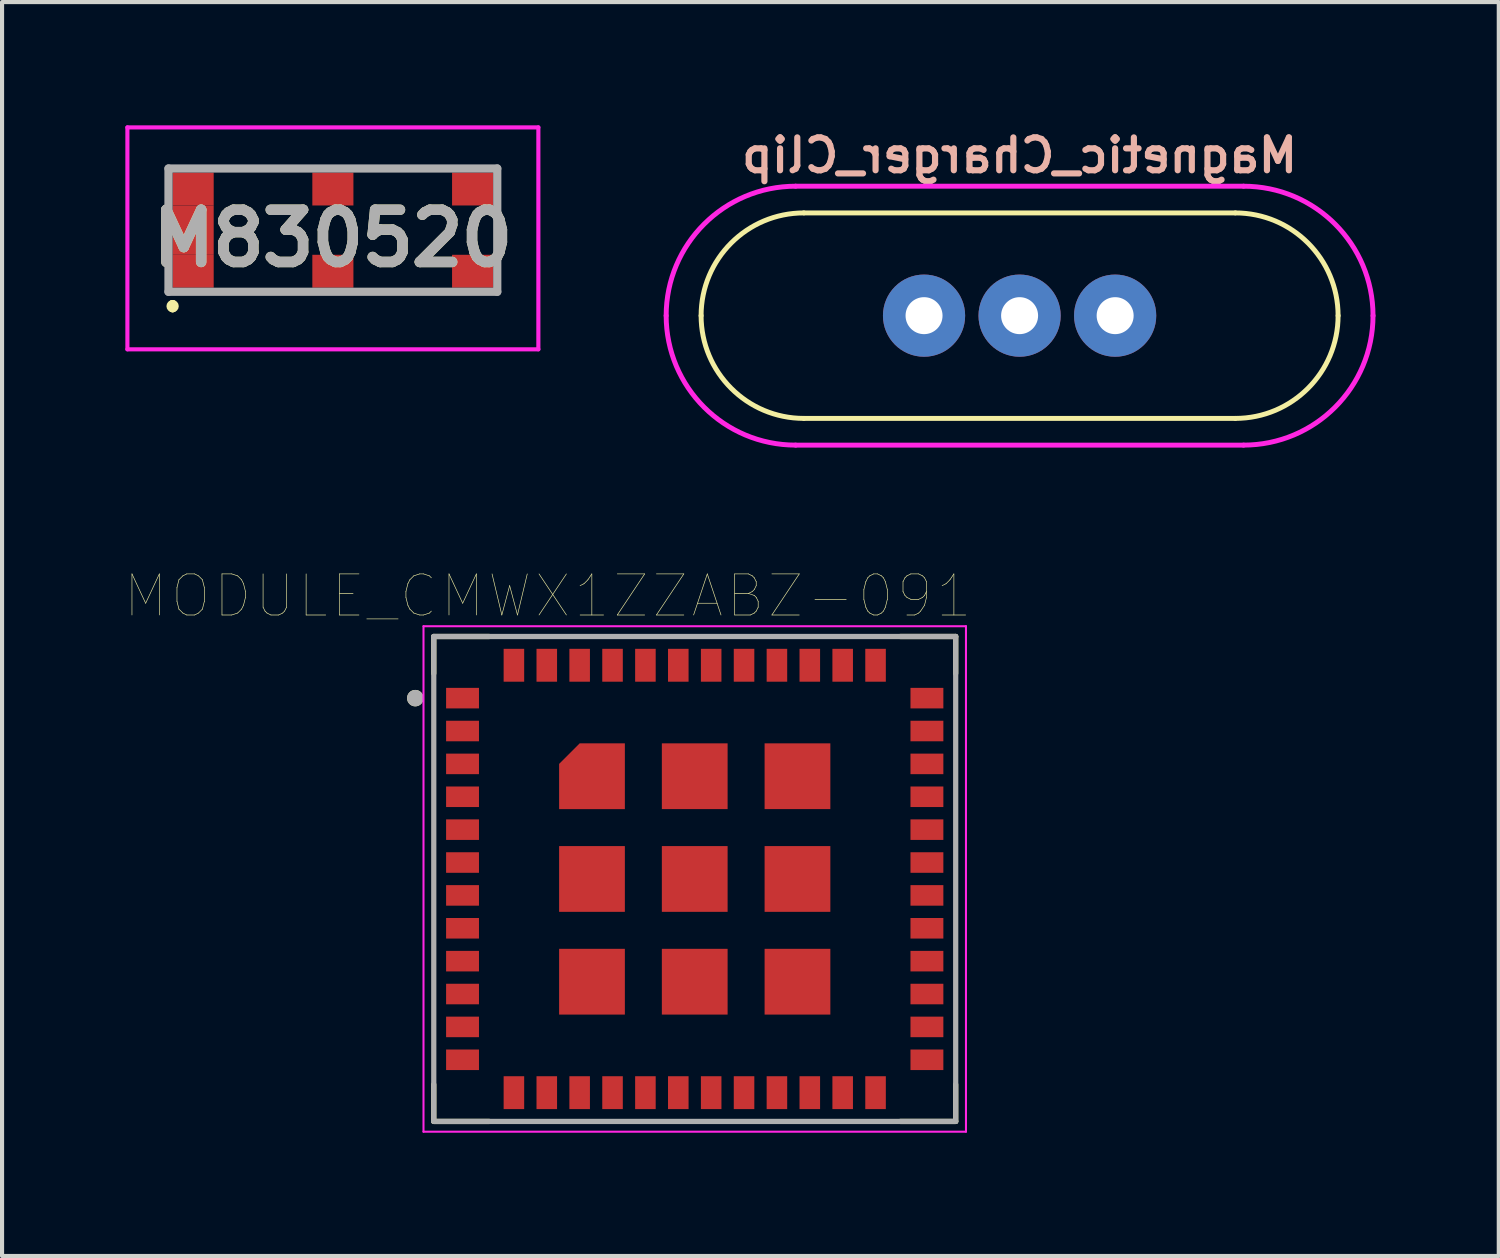
<source format=kicad_pcb>
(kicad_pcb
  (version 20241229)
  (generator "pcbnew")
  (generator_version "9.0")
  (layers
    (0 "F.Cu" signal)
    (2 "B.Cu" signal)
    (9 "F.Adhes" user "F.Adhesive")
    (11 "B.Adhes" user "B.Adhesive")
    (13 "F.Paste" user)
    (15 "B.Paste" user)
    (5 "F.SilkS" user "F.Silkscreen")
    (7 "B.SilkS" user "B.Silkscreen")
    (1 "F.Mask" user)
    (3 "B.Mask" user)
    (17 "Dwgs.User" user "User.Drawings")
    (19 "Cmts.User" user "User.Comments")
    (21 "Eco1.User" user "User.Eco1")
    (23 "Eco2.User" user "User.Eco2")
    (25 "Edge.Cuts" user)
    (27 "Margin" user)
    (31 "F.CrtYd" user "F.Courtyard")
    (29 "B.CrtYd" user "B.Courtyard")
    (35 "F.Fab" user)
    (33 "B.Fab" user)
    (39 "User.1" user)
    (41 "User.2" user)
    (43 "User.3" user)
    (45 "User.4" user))
  (footprint "MODULE_CMWX1ZZABZ-091"
    (layer "F.Cu")
    (at 13.855 18.338)
    (property "Reference" "MODULE_CMWX1ZZABZ-091" (at -3.575 -6.885 0) (layer "F.SilkS") (effects (font (size 1 1) (thickness 0.015))))
    (attr through_hole)
    (fp_poly (pts (xy -1.7 -3.3) (xy -1.7 -1.7) (xy -3.3 -1.7) (xy -3.3 -2.8) (xy -2.8 -3.3)) (stroke (width 0.001) (type solid)) (fill yes) (layer "F.Cu"))
    (fp_poly (pts (xy -1.6 -3.4) (xy -1.6 -1.6) (xy -3.4 -1.6) (xy -3.4 -2.9) (xy -2.9 -3.4)) (stroke (width 0.001) (type solid)) (fill yes) (layer "F.Mask"))
    (fp_line (start -6.35 -5.9) (end -5 -5.9) (stroke (width 0.127) (type solid)) (layer "F.SilkS"))
    (fp_line (start -6.35 -5) (end -6.35 -5.9) (stroke (width 0.127) (type solid)) (layer "F.SilkS"))
    (fp_line (start -6.35 5) (end -6.35 5.9) (stroke (width 0.127) (type solid)) (layer "F.SilkS"))
    (fp_line (start -6.35 5.9) (end -5 5.9) (stroke (width 0.127) (type solid)) (layer "F.SilkS"))
    (fp_line (start 5 -5.9) (end 6.35 -5.9) (stroke (width 0.127) (type solid)) (layer "F.SilkS"))
    (fp_line (start 5 5.9) (end 6.35 5.9) (stroke (width 0.127) (type solid)) (layer "F.SilkS"))
    (fp_line (start 6.35 -5.9) (end 6.35 -5) (stroke (width 0.127) (type solid)) (layer "F.SilkS"))
    (fp_line (start 6.35 5.9) (end 6.35 5) (stroke (width 0.127) (type solid)) (layer "F.SilkS"))
    (fp_circle (center -6.8 -4.4) (end -6.7 -4.4) (stroke (width 0.2) (type solid)) (fill no) (layer "F.SilkS"))
    (fp_poly (pts (xy -1.7 -3.3) (xy -1.7 -1.7) (xy -3.3 -1.7) (xy -3.3 -2.8) (xy -2.8 -3.3)) (stroke (width 0.001) (type solid)) (fill yes) (layer "F.Paste"))
    (fp_line (start -6.6 -6.15) (end -6.6 6.15) (stroke (width 0.05) (type solid)) (layer "F.CrtYd"))
    (fp_line (start -6.6 6.15) (end 6.6 6.15) (stroke (width 0.05) (type solid)) (layer "F.CrtYd"))
    (fp_line (start 6.6 -6.15) (end -6.6 -6.15) (stroke (width 0.05) (type solid)) (layer "F.CrtYd"))
    (fp_line (start 6.6 6.15) (end 6.6 -6.15) (stroke (width 0.05) (type solid)) (layer "F.CrtYd"))
    (fp_line (start -6.35 -5.9) (end 6.35 -5.9) (stroke (width 0.127) (type solid)) (layer "F.Fab"))
    (fp_line (start -6.35 5.9) (end -6.35 -5.9) (stroke (width 0.127) (type solid)) (layer "F.Fab"))
    (fp_line (start 6.35 -5.9) (end 6.35 5.9) (stroke (width 0.127) (type solid)) (layer "F.Fab"))
    (fp_line (start 6.35 5.9) (end -6.35 5.9) (stroke (width 0.127) (type solid)) (layer "F.Fab"))
    (fp_circle (center -6.8 -4.4) (end -6.7 -4.4) (stroke (width 0.2) (type solid)) (fill no) (layer "F.Fab"))
    (pad "1" smd rect (at -5.65 -4.4) (size 0.8 0.5) (layers "F.Cu" "F.Mask" "F.Paste"))
    (pad "2" smd rect (at -5.65 -3.6) (size 0.8 0.5) (layers "F.Cu" "F.Mask" "F.Paste"))
    (pad "3" smd rect (at -5.65 -2.8) (size 0.8 0.5) (layers "F.Cu" "F.Mask" "F.Paste"))
    (pad "4" smd rect (at -5.65 -2) (size 0.8 0.5) (layers "F.Cu" "F.Mask" "F.Paste"))
    (pad "5" smd rect (at -5.65 -1.2) (size 0.8 0.5) (layers "F.Cu" "F.Mask" "F.Paste"))
    (pad "6" smd rect (at -5.65 -0.4) (size 0.8 0.5) (layers "F.Cu" "F.Mask" "F.Paste"))
    (pad "7" smd rect (at -5.65 0.4) (size 0.8 0.5) (layers "F.Cu" "F.Mask" "F.Paste"))
    (pad "8" smd rect (at -5.65 1.2) (size 0.8 0.5) (layers "F.Cu" "F.Mask" "F.Paste"))
    (pad "9" smd rect (at -5.65 2) (size 0.8 0.5) (layers "F.Cu" "F.Mask" "F.Paste"))
    (pad "10" smd rect (at -5.65 2.8) (size 0.8 0.5) (layers "F.Cu" "F.Mask" "F.Paste"))
    (pad "11" smd rect (at -5.65 3.6) (size 0.8 0.5) (layers "F.Cu" "F.Mask" "F.Paste"))
    (pad "12" smd rect (at -5.65 4.4) (size 0.8 0.5) (layers "F.Cu" "F.Mask" "F.Paste"))
    (pad "13" smd rect (at -4.4 5.2) (size 0.5 0.8) (layers "F.Cu" "F.Mask" "F.Paste"))
    (pad "14" smd rect (at -3.6 5.2) (size 0.5 0.8) (layers "F.Cu" "F.Mask" "F.Paste"))
    (pad "15" smd rect (at -2.8 5.2) (size 0.5 0.8) (layers "F.Cu" "F.Mask" "F.Paste"))
    (pad "16" smd rect (at -2 5.2) (size 0.5 0.8) (layers "F.Cu" "F.Mask" "F.Paste"))
    (pad "17" smd rect (at -1.2 5.2) (size 0.5 0.8) (layers "F.Cu" "F.Mask" "F.Paste"))
    (pad "18" smd rect (at -0.4 5.2) (size 0.5 0.8) (layers "F.Cu" "F.Mask" "F.Paste"))
    (pad "19" smd rect (at 0.4 5.2) (size 0.5 0.8) (layers "F.Cu" "F.Mask" "F.Paste"))
    (pad "20" smd rect (at 1.2 5.2) (size 0.5 0.8) (layers "F.Cu" "F.Mask" "F.Paste"))
    (pad "21" smd rect (at 2 5.2) (size 0.5 0.8) (layers "F.Cu" "F.Mask" "F.Paste"))
    (pad "22" smd rect (at 2.8 5.2) (size 0.5 0.8) (layers "F.Cu" "F.Mask" "F.Paste"))
    (pad "23" smd rect (at 3.6 5.2) (size 0.5 0.8) (layers "F.Cu" "F.Mask" "F.Paste"))
    (pad "24" smd rect (at 4.4 5.2) (size 0.5 0.8) (layers "F.Cu" "F.Mask" "F.Paste"))
    (pad "25" smd rect (at 5.65 4.4) (size 0.8 0.5) (layers "F.Cu" "F.Mask" "F.Paste"))
    (pad "26" smd rect (at 5.65 3.6) (size 0.8 0.5) (layers "F.Cu" "F.Mask" "F.Paste"))
    (pad "27" smd rect (at 5.65 2.8) (size 0.8 0.5) (layers "F.Cu" "F.Mask" "F.Paste"))
    (pad "28" smd rect (at 5.65 2) (size 0.8 0.5) (layers "F.Cu" "F.Mask" "F.Paste"))
    (pad "29" smd rect (at 5.65 1.2) (size 0.8 0.5) (layers "F.Cu" "F.Mask" "F.Paste"))
    (pad "30" smd rect (at 5.65 0.4) (size 0.8 0.5) (layers "F.Cu" "F.Mask" "F.Paste"))
    (pad "31" smd rect (at 5.65 -0.4) (size 0.8 0.5) (layers "F.Cu" "F.Mask" "F.Paste"))
    (pad "32" smd rect (at 5.65 -1.2) (size 0.8 0.5) (layers "F.Cu" "F.Mask" "F.Paste"))
    (pad "33" smd rect (at 5.65 -2) (size 0.8 0.5) (layers "F.Cu" "F.Mask" "F.Paste"))
    (pad "34" smd rect (at 5.65 -2.8) (size 0.8 0.5) (layers "F.Cu" "F.Mask" "F.Paste"))
    (pad "35" smd rect (at 5.65 -3.6) (size 0.8 0.5) (layers "F.Cu" "F.Mask" "F.Paste"))
    (pad "36" smd rect (at 5.65 -4.4) (size 0.8 0.5) (layers "F.Cu" "F.Mask" "F.Paste"))
    (pad "37" smd rect (at 4.4 -5.2) (size 0.5 0.8) (layers "F.Cu" "F.Mask" "F.Paste"))
    (pad "38" smd rect (at 3.6 -5.2) (size 0.5 0.8) (layers "F.Cu" "F.Mask" "F.Paste"))
    (pad "39" smd rect (at 2.8 -5.2) (size 0.5 0.8) (layers "F.Cu" "F.Mask" "F.Paste"))
    (pad "40" smd rect (at 2 -5.2) (size 0.5 0.8) (layers "F.Cu" "F.Mask" "F.Paste"))
    (pad "41" smd rect (at 1.2 -5.2) (size 0.5 0.8) (layers "F.Cu" "F.Mask" "F.Paste"))
    (pad "42" smd rect (at 0.4 -5.2) (size 0.5 0.8) (layers "F.Cu" "F.Mask" "F.Paste"))
    (pad "43" smd rect (at -0.4 -5.2) (size 0.5 0.8) (layers "F.Cu" "F.Mask" "F.Paste"))
    (pad "44" smd rect (at -1.2 -5.2) (size 0.5 0.8) (layers "F.Cu" "F.Mask" "F.Paste"))
    (pad "45" smd rect (at -2 -5.2) (size 0.5 0.8) (layers "F.Cu" "F.Mask" "F.Paste"))
    (pad "46" smd rect (at -2.8 -5.2) (size 0.5 0.8) (layers "F.Cu" "F.Mask" "F.Paste"))
    (pad "47" smd rect (at -3.6 -5.2) (size 0.5 0.8) (layers "F.Cu" "F.Mask" "F.Paste"))
    (pad "48" smd rect (at -4.4 -5.2) (size 0.5 0.8) (layers "F.Cu" "F.Mask" "F.Paste"))
    (pad "49" smd rect (at -2.5 -2.5) (size 0.8 0.8) (layers "F.Cu"))
    (pad "50" smd rect (at 0 -2.5) (size 1.6 1.6) (layers "F.Cu" "F.Mask" "F.Paste"))
    (pad "51" smd rect (at 2.5 -2.5) (size 1.6 1.6) (layers "F.Cu" "F.Mask" "F.Paste"))
    (pad "52" smd rect (at -2.5 0) (size 1.6 1.6) (layers "F.Cu" "F.Mask" "F.Paste"))
    (pad "53" smd rect (at 0 0) (size 1.6 1.6) (layers "F.Cu" "F.Mask" "F.Paste"))
    (pad "54" smd rect (at 2.5 0) (size 1.6 1.6) (layers "F.Cu" "F.Mask" "F.Paste"))
    (pad "55" smd rect (at -2.5 2.5) (size 1.6 1.6) (layers "F.Cu" "F.Mask" "F.Paste"))
    (pad "56" smd rect (at 0 2.5) (size 1.6 1.6) (layers "F.Cu" "F.Mask" "F.Paste"))
    (pad "57" smd rect (at 2.5 2.5) (size 1.6 1.6) (layers "F.Cu" "F.Mask" "F.Paste")))
  (footprint "M830520"
    (layer "F.Cu")
    (at 5.05 2.55)
    (property "Reference" "M830520" (at 0 0.2 0) (layer "F.SilkS") (effects (font (size 1.27 1.27) (thickness 0.254))))
    (attr smd)
    (fp_line (start -3.9 1.8) (end -3.9 1.8) (stroke (width 0.2) (type solid)) (layer "F.SilkS"))
    (fp_line (start -3.9 1.9) (end -3.9 1.9) (stroke (width 0.2) (type solid)) (layer "F.SilkS"))
    (fp_arc (start -3.9 1.8) (mid -3.85 1.85) (end -3.9 1.9) (stroke (width 0.2) (type solid)) (layer "F.SilkS"))
    (fp_arc (start -3.9 1.9) (mid -3.95 1.85) (end -3.9 1.8) (stroke (width 0.2) (type solid)) (layer "F.SilkS"))
    (fp_line (start -5 -2.5) (end 5 -2.5) (stroke (width 0.1) (type solid)) (layer "F.CrtYd"))
    (fp_line (start -5 2.9) (end -5 -2.5) (stroke (width 0.1) (type solid)) (layer "F.CrtYd"))
    (fp_line (start 5 -2.5) (end 5 2.9) (stroke (width 0.1) (type solid)) (layer "F.CrtYd"))
    (fp_line (start 5 2.9) (end -5 2.9) (stroke (width 0.1) (type solid)) (layer "F.CrtYd"))
    (fp_line (start -4 -1.5) (end 4 -1.5) (stroke (width 0.2) (type solid)) (layer "F.Fab"))
    (fp_line (start -4 1.5) (end -4 -1.5) (stroke (width 0.2) (type solid)) (layer "F.Fab"))
    (fp_line (start 4 -1.5) (end 4 1.5) (stroke (width 0.2) (type solid)) (layer "F.Fab"))
    (fp_line (start 4 1.5) (end -4 1.5) (stroke (width 0.2) (type solid)) (layer "F.Fab"))
    (fp_text user "${REFERENCE}" (at 0 0.2 0) (layer "F.Fab") (effects (font (size 1.27 1.27) (thickness 0.254))))
    (pad "1" smd rect (at -3.4 1 90) (size 0.8 1) (layers "F.Cu" "F.Mask" "F.Paste"))
    (pad "2" smd rect (at -3.4 -1 90) (size 0.8 1) (layers "F.Cu" "F.Mask" "F.Paste"))
    (pad "3" smd rect (at 0 -1 90) (size 0.8 1) (layers "F.Cu" "F.Mask" "F.Paste"))
    (pad "4" smd rect (at 3.4 -1 90) (size 0.8 1) (layers "F.Cu" "F.Mask" "F.Paste"))
    (pad "5" smd rect (at 3.4 1 90) (size 0.8 1) (layers "F.Cu" "F.Mask" "F.Paste"))
    (pad "6" smd rect (at 0 1 90) (size 0.8 1) (layers "F.Cu" "F.Mask" "F.Paste"))
    (pad "~" smd rect (at -3.4 0) (size 1 1.2) (layers "F.Cu" "F.Mask" "F.Paste")))
  (footprint "Magnetic_Charger_Clip"
    (layer "F.Cu")
    (at 21.76 4.631)
    (property "Reference" "Magnetic_Charger_Clip" (at 0 -3.9 0) (layer "B.SilkS") (effects (font (size 0.8 0.8) (thickness 0.15)) (justify mirror)))
    (attr through_hole)
    (fp_line (start -5.25 -2.5) (end 5.25 -2.5) (stroke (width 0.12) (type solid)) (layer "F.SilkS"))
    (fp_line (start 5.25 2.5) (end -5.25 2.5) (stroke (width 0.12) (type solid)) (layer "F.SilkS"))
    (fp_arc (start -7.75 0) (mid -7.017767 -1.767767) (end -5.25 -2.5) (stroke (width 0.12) (type solid)) (layer "F.SilkS"))
    (fp_arc (start -5.25 2.5) (mid -7.017767 1.767767) (end -7.75 0) (stroke (width 0.12) (type solid)) (layer "F.SilkS"))
    (fp_arc (start 5.25 -2.5) (mid 7.017767 -1.767767) (end 7.75 0) (stroke (width 0.12) (type solid)) (layer "F.SilkS"))
    (fp_arc (start 7.75 0) (mid 7.017767 1.767767) (end 5.25 2.5) (stroke (width 0.12) (type solid)) (layer "F.SilkS"))
    (fp_circle (center -5.5 0) (end -4 0) (stroke (width 0.12) (type solid)) (fill no) (layer "B.Paste"))
    (fp_circle (center 5.5 0) (end 7 0) (stroke (width 0.12) (type solid)) (fill no) (layer "B.Paste"))
    (fp_line (start -5.45 -3.15) (end 5.45 -3.15) (stroke (width 0.12) (type solid)) (layer "F.CrtYd"))
    (fp_line (start 5.45 3.15) (end -5.45 3.15) (stroke (width 0.12) (type solid)) (layer "F.CrtYd"))
    (fp_arc (start -8.6 0) (mid -7.677386 -2.227386) (end -5.45 -3.15) (stroke (width 0.12) (type solid)) (layer "F.CrtYd"))
    (fp_arc (start -5.45 3.15) (mid -7.677386 2.227386) (end -8.6 0) (stroke (width 0.12) (type solid)) (layer "F.CrtYd"))
    (fp_arc (start 5.45 -3.15) (mid 7.677386 -2.227386) (end 8.6 0) (stroke (width 0.12) (type solid)) (layer "F.CrtYd"))
    (fp_arc (start 8.6 0) (mid 7.677386 2.227386) (end 5.45 3.15) (stroke (width 0.12) (type solid)) (layer "F.CrtYd"))
    (pad "1" thru_hole circle (at -2.325 0) (size 2 2) (drill 0.9) (layers "*.Cu" "*.Mask"))
    (pad "2" thru_hole circle (at 0 0) (size 2 2) (drill 0.9) (layers "*.Cu" "*.Mask"))
    (pad "3" thru_hole circle (at 2.325 0) (size 2 2) (drill 0.9) (layers "*.Cu" "*.Mask")))
  (gr_rect
    (start -3 -3)
    (end 33.42 27.513)
    (stroke (width 0.1) (type default))
    (fill no)
    (layer "Edge.Cuts")))
</source>
